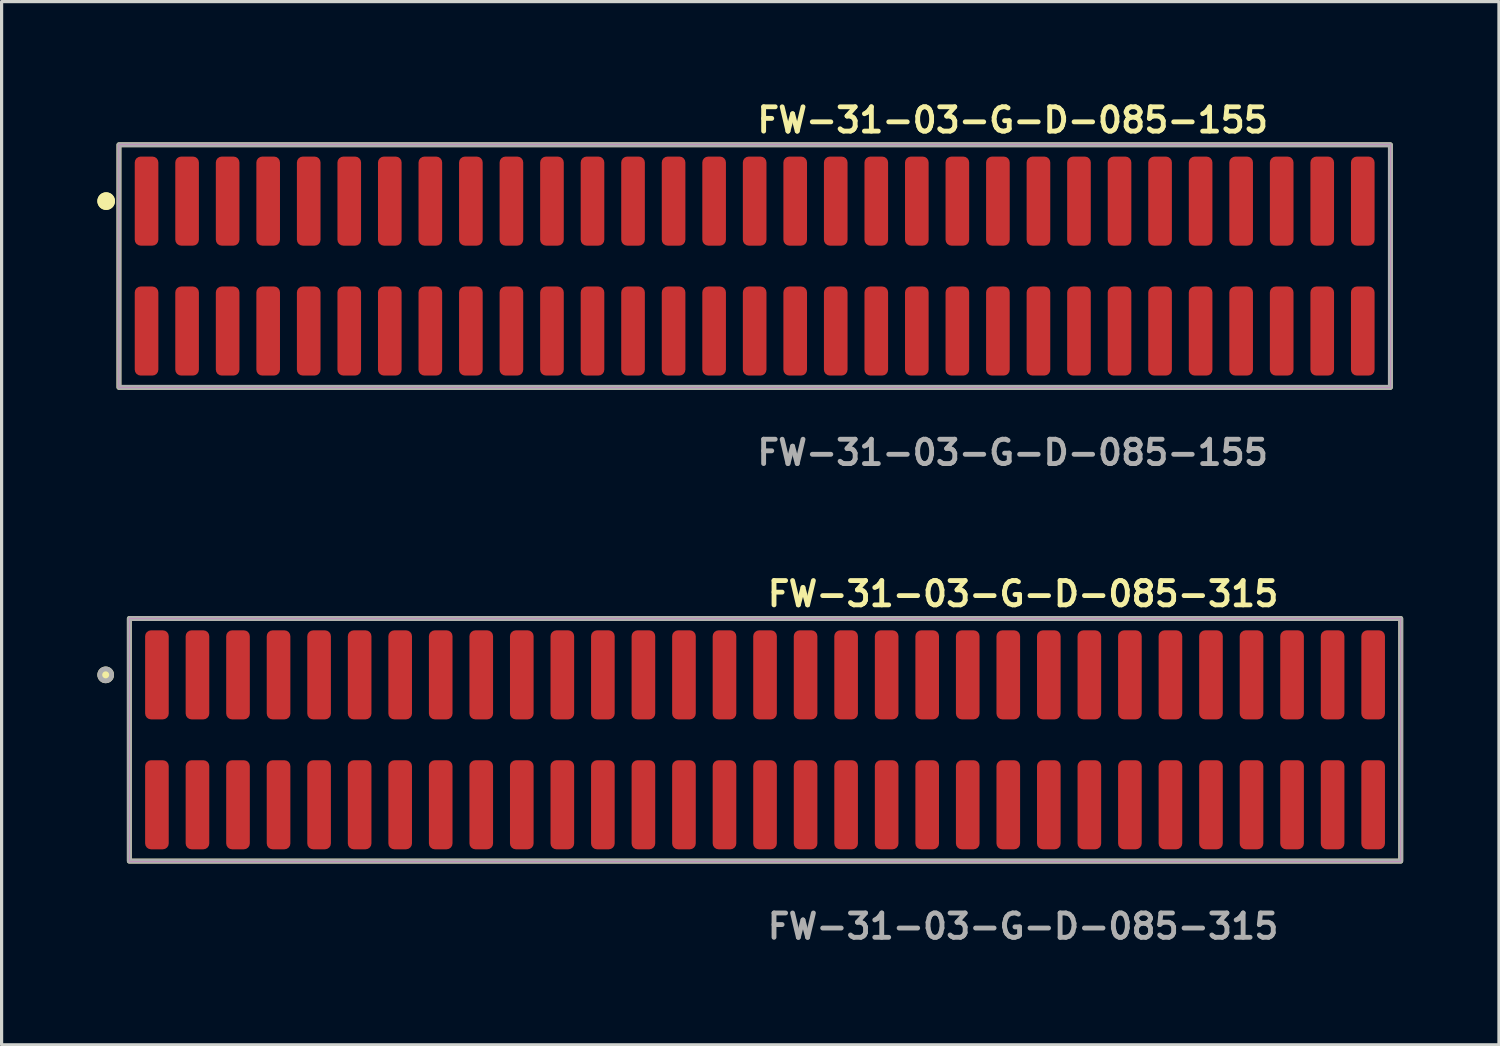
<source format=kicad_pcb>
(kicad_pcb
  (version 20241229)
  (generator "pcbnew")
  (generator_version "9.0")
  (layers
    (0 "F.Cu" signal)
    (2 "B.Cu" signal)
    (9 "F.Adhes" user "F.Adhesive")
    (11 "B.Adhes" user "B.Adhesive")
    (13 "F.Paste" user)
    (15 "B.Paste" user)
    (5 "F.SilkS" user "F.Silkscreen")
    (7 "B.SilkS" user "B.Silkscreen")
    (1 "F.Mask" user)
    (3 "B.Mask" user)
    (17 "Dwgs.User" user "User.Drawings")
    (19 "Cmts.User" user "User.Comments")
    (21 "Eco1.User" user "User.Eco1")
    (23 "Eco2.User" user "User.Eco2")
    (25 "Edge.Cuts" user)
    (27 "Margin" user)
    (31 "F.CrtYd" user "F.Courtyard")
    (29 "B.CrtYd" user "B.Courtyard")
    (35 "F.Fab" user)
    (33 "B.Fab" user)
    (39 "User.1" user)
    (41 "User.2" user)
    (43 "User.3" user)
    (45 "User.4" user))
  (footprint "FW-31-03-G-D-085-315"
    (layer "F.Cu")
    (at 20.916 20.126)
    (property "Reference" "FW-31-03-G-D-085-315" (at 0 -4.572 0) (unlocked yes) (layer "F.SilkS") (effects (font (size 0.762 0.762) (thickness 0.152)) (justify left)))
    (fp_rect (start -19.915 3.8) (end 19.915 -3.8) (stroke (width 0.152) (type solid)) (fill no) (layer "F.SilkS"))
    (fp_circle (center -20.655 -2.035) (end -20.84 -2.035) (stroke (width 0.152) (type solid)) (fill yes) (layer "F.SilkS"))
    (fp_rect (start -19.915 3.8) (end 19.915 -3.8) (stroke (width 0.006) (type solid)) (fill no) (layer "F.CrtYd"))
    (fp_rect (start -19.915 3.8) (end 19.915 -3.8) (stroke (width 0.152) (type solid)) (fill no) (layer "F.Fab"))
    (fp_circle (center -20.655 -2.035) (end -20.84 -2.035) (stroke (width 0.152) (type solid)) (fill no) (layer "F.Fab"))
    (fp_text user "${REFERENCE}" (at 0 5.842 0) (unlocked yes) (layer "F.Fab") (effects (font (size 0.762 0.762) (thickness 0.152)) (justify left)))
    (pad "1" smd roundrect (at -19.05 -2.035) (size 0.74 2.79) (layers "F.Cu" "F.Paste") (roundrect_rratio 0.25))
    (pad "2" smd roundrect (at -19.05 2.035) (size 0.74 2.79) (layers "F.Cu" "F.Paste") (roundrect_rratio 0.25))
    (pad "3" smd roundrect (at -17.78 -2.035) (size 0.74 2.79) (layers "F.Cu" "F.Paste") (roundrect_rratio 0.25))
    (pad "4" smd roundrect (at -17.78 2.035) (size 0.74 2.79) (layers "F.Cu" "F.Paste") (roundrect_rratio 0.25))
    (pad "5" smd roundrect (at -16.51 -2.035) (size 0.74 2.79) (layers "F.Cu" "F.Paste") (roundrect_rratio 0.25))
    (pad "6" smd roundrect (at -16.51 2.035) (size 0.74 2.79) (layers "F.Cu" "F.Paste") (roundrect_rratio 0.25))
    (pad "7" smd roundrect (at -15.24 -2.035) (size 0.74 2.79) (layers "F.Cu" "F.Paste") (roundrect_rratio 0.25))
    (pad "8" smd roundrect (at -15.24 2.035) (size 0.74 2.79) (layers "F.Cu" "F.Paste") (roundrect_rratio 0.25))
    (pad "9" smd roundrect (at -13.97 -2.035) (size 0.74 2.79) (layers "F.Cu" "F.Paste") (roundrect_rratio 0.25))
    (pad "10" smd roundrect (at -13.97 2.035) (size 0.74 2.79) (layers "F.Cu" "F.Paste") (roundrect_rratio 0.25))
    (pad "11" smd roundrect (at -12.7 -2.035) (size 0.74 2.79) (layers "F.Cu" "F.Paste") (roundrect_rratio 0.25))
    (pad "12" smd roundrect (at -12.7 2.035) (size 0.74 2.79) (layers "F.Cu" "F.Paste") (roundrect_rratio 0.25))
    (pad "13" smd roundrect (at -11.43 -2.035) (size 0.74 2.79) (layers "F.Cu" "F.Paste") (roundrect_rratio 0.25))
    (pad "14" smd roundrect (at -11.43 2.035) (size 0.74 2.79) (layers "F.Cu" "F.Paste") (roundrect_rratio 0.25))
    (pad "15" smd roundrect (at -10.16 -2.035) (size 0.74 2.79) (layers "F.Cu" "F.Paste") (roundrect_rratio 0.25))
    (pad "16" smd roundrect (at -10.16 2.035) (size 0.74 2.79) (layers "F.Cu" "F.Paste") (roundrect_rratio 0.25))
    (pad "17" smd roundrect (at -8.89 -2.035) (size 0.74 2.79) (layers "F.Cu" "F.Paste") (roundrect_rratio 0.25))
    (pad "18" smd roundrect (at -8.89 2.035) (size 0.74 2.79) (layers "F.Cu" "F.Paste") (roundrect_rratio 0.25))
    (pad "19" smd roundrect (at -7.62 -2.035) (size 0.74 2.79) (layers "F.Cu" "F.Paste") (roundrect_rratio 0.25))
    (pad "20" smd roundrect (at -7.62 2.035) (size 0.74 2.79) (layers "F.Cu" "F.Paste") (roundrect_rratio 0.25))
    (pad "21" smd roundrect (at -6.35 -2.035) (size 0.74 2.79) (layers "F.Cu" "F.Paste") (roundrect_rratio 0.25))
    (pad "22" smd roundrect (at -6.35 2.035) (size 0.74 2.79) (layers "F.Cu" "F.Paste") (roundrect_rratio 0.25))
    (pad "23" smd roundrect (at -5.08 -2.035) (size 0.74 2.79) (layers "F.Cu" "F.Paste") (roundrect_rratio 0.25))
    (pad "24" smd roundrect (at -5.08 2.035) (size 0.74 2.79) (layers "F.Cu" "F.Paste") (roundrect_rratio 0.25))
    (pad "25" smd roundrect (at -3.81 -2.035) (size 0.74 2.79) (layers "F.Cu" "F.Paste") (roundrect_rratio 0.25))
    (pad "26" smd roundrect (at -3.81 2.035) (size 0.74 2.79) (layers "F.Cu" "F.Paste") (roundrect_rratio 0.25))
    (pad "27" smd roundrect (at -2.54 -2.035) (size 0.74 2.79) (layers "F.Cu" "F.Paste") (roundrect_rratio 0.25))
    (pad "28" smd roundrect (at -2.54 2.035) (size 0.74 2.79) (layers "F.Cu" "F.Paste") (roundrect_rratio 0.25))
    (pad "29" smd roundrect (at -1.27 -2.035) (size 0.74 2.79) (layers "F.Cu" "F.Paste") (roundrect_rratio 0.25))
    (pad "30" smd roundrect (at -1.27 2.035) (size 0.74 2.79) (layers "F.Cu" "F.Paste") (roundrect_rratio 0.25))
    (pad "31" smd roundrect (at 0 -2.035) (size 0.74 2.79) (layers "F.Cu" "F.Paste") (roundrect_rratio 0.25))
    (pad "32" smd roundrect (at 0 2.035) (size 0.74 2.79) (layers "F.Cu" "F.Paste") (roundrect_rratio 0.25))
    (pad "33" smd roundrect (at 1.27 -2.035) (size 0.74 2.79) (layers "F.Cu" "F.Paste") (roundrect_rratio 0.25))
    (pad "34" smd roundrect (at 1.27 2.035) (size 0.74 2.79) (layers "F.Cu" "F.Paste") (roundrect_rratio 0.25))
    (pad "35" smd roundrect (at 2.54 -2.035) (size 0.74 2.79) (layers "F.Cu" "F.Paste") (roundrect_rratio 0.25))
    (pad "36" smd roundrect (at 2.54 2.035) (size 0.74 2.79) (layers "F.Cu" "F.Paste") (roundrect_rratio 0.25))
    (pad "37" smd roundrect (at 3.81 -2.035) (size 0.74 2.79) (layers "F.Cu" "F.Paste") (roundrect_rratio 0.25))
    (pad "38" smd roundrect (at 3.81 2.035) (size 0.74 2.79) (layers "F.Cu" "F.Paste") (roundrect_rratio 0.25))
    (pad "39" smd roundrect (at 5.08 -2.035) (size 0.74 2.79) (layers "F.Cu" "F.Paste") (roundrect_rratio 0.25))
    (pad "40" smd roundrect (at 5.08 2.035) (size 0.74 2.79) (layers "F.Cu" "F.Paste") (roundrect_rratio 0.25))
    (pad "41" smd roundrect (at 6.35 -2.035) (size 0.74 2.79) (layers "F.Cu" "F.Paste") (roundrect_rratio 0.25))
    (pad "42" smd roundrect (at 6.35 2.035) (size 0.74 2.79) (layers "F.Cu" "F.Paste") (roundrect_rratio 0.25))
    (pad "43" smd roundrect (at 7.62 -2.035) (size 0.74 2.79) (layers "F.Cu" "F.Paste") (roundrect_rratio 0.25))
    (pad "44" smd roundrect (at 7.62 2.035) (size 0.74 2.79) (layers "F.Cu" "F.Paste") (roundrect_rratio 0.25))
    (pad "45" smd roundrect (at 8.89 -2.035) (size 0.74 2.79) (layers "F.Cu" "F.Paste") (roundrect_rratio 0.25))
    (pad "46" smd roundrect (at 8.89 2.035) (size 0.74 2.79) (layers "F.Cu" "F.Paste") (roundrect_rratio 0.25))
    (pad "47" smd roundrect (at 10.16 -2.035) (size 0.74 2.79) (layers "F.Cu" "F.Paste") (roundrect_rratio 0.25))
    (pad "48" smd roundrect (at 10.16 2.035) (size 0.74 2.79) (layers "F.Cu" "F.Paste") (roundrect_rratio 0.25))
    (pad "49" smd roundrect (at 11.43 -2.035) (size 0.74 2.79) (layers "F.Cu" "F.Paste") (roundrect_rratio 0.25))
    (pad "50" smd roundrect (at 11.43 2.035) (size 0.74 2.79) (layers "F.Cu" "F.Paste") (roundrect_rratio 0.25))
    (pad "51" smd roundrect (at 12.7 -2.035) (size 0.74 2.79) (layers "F.Cu" "F.Paste") (roundrect_rratio 0.25))
    (pad "52" smd roundrect (at 12.7 2.035) (size 0.74 2.79) (layers "F.Cu" "F.Paste") (roundrect_rratio 0.25))
    (pad "53" smd roundrect (at 13.97 -2.035) (size 0.74 2.79) (layers "F.Cu" "F.Paste") (roundrect_rratio 0.25))
    (pad "54" smd roundrect (at 13.97 2.035) (size 0.74 2.79) (layers "F.Cu" "F.Paste") (roundrect_rratio 0.25))
    (pad "55" smd roundrect (at 15.24 -2.035) (size 0.74 2.79) (layers "F.Cu" "F.Paste") (roundrect_rratio 0.25))
    (pad "56" smd roundrect (at 15.24 2.035) (size 0.74 2.79) (layers "F.Cu" "F.Paste") (roundrect_rratio 0.25))
    (pad "57" smd roundrect (at 16.51 -2.035) (size 0.74 2.79) (layers "F.Cu" "F.Paste") (roundrect_rratio 0.25))
    (pad "58" smd roundrect (at 16.51 2.035) (size 0.74 2.79) (layers "F.Cu" "F.Paste") (roundrect_rratio 0.25))
    (pad "59" smd roundrect (at 17.78 -2.035) (size 0.74 2.79) (layers "F.Cu" "F.Paste") (roundrect_rratio 0.25))
    (pad "60" smd roundrect (at 17.78 2.035) (size 0.74 2.79) (layers "F.Cu" "F.Paste") (roundrect_rratio 0.25))
    (pad "61" smd roundrect (at 19.05 -2.035) (size 0.74 2.79) (layers "F.Cu" "F.Paste") (roundrect_rratio 0.25))
    (pad "62" smd roundrect (at 19.05 2.035) (size 0.74 2.79) (layers "F.Cu" "F.Paste") (roundrect_rratio 0.25)))
  (footprint "FW-31-03-G-D-085-155"
    (layer "F.Cu")
    (at 20.591 5.285)
    (property "Reference" "FW-31-03-G-D-085-155" (at 0 -4.572 0) (unlocked yes) (layer "F.SilkS") (effects (font (size 0.762 0.762) (thickness 0.152)) (justify left)))
    (fp_rect (start -19.915 3.8) (end 19.915 -3.8) (stroke (width 0.152) (type solid)) (fill no) (layer "F.SilkS"))
    (fp_circle (center -20.315 -2.035) (end -20.515 -2.035) (stroke (width 0.152) (type solid)) (fill yes) (layer "F.SilkS"))
    (fp_circle (center -20.315 -2.035) (end -20.515 -2.035) (stroke (width 0.152) (type solid)) (fill yes) (layer "F.SilkS"))
    (fp_rect (start -19.915 3.8) (end 19.915 -3.8) (stroke (width 0.006) (type solid)) (fill no) (layer "F.CrtYd"))
    (fp_rect (start -19.915 3.8) (end 19.915 -3.8) (stroke (width 0.152) (type solid)) (fill no) (layer "F.Fab"))
    (fp_text user "${REFERENCE}" (at 0 5.842 0) (unlocked yes) (layer "F.Fab") (effects (font (size 0.762 0.762) (thickness 0.152)) (justify left)))
    (pad "1" smd roundrect (at -19.05 -2.035) (size 0.74 2.79) (layers "F.Cu" "F.Paste") (roundrect_rratio 0.25))
    (pad "2" smd roundrect (at -19.05 2.035) (size 0.74 2.79) (layers "F.Cu" "F.Paste") (roundrect_rratio 0.25))
    (pad "3" smd roundrect (at -17.78 -2.035) (size 0.74 2.79) (layers "F.Cu" "F.Paste") (roundrect_rratio 0.25))
    (pad "4" smd roundrect (at -17.78 2.035) (size 0.74 2.79) (layers "F.Cu" "F.Paste") (roundrect_rratio 0.25))
    (pad "5" smd roundrect (at -16.51 -2.035) (size 0.74 2.79) (layers "F.Cu" "F.Paste") (roundrect_rratio 0.25))
    (pad "6" smd roundrect (at -16.51 2.035) (size 0.74 2.79) (layers "F.Cu" "F.Paste") (roundrect_rratio 0.25))
    (pad "7" smd roundrect (at -15.24 -2.035) (size 0.74 2.79) (layers "F.Cu" "F.Paste") (roundrect_rratio 0.25))
    (pad "8" smd roundrect (at -15.24 2.035) (size 0.74 2.79) (layers "F.Cu" "F.Paste") (roundrect_rratio 0.25))
    (pad "9" smd roundrect (at -13.97 -2.035) (size 0.74 2.79) (layers "F.Cu" "F.Paste") (roundrect_rratio 0.25))
    (pad "10" smd roundrect (at -13.97 2.035) (size 0.74 2.79) (layers "F.Cu" "F.Paste") (roundrect_rratio 0.25))
    (pad "11" smd roundrect (at -12.7 -2.035) (size 0.74 2.79) (layers "F.Cu" "F.Paste") (roundrect_rratio 0.25))
    (pad "12" smd roundrect (at -12.7 2.035) (size 0.74 2.79) (layers "F.Cu" "F.Paste") (roundrect_rratio 0.25))
    (pad "13" smd roundrect (at -11.43 -2.035) (size 0.74 2.79) (layers "F.Cu" "F.Paste") (roundrect_rratio 0.25))
    (pad "14" smd roundrect (at -11.43 2.035) (size 0.74 2.79) (layers "F.Cu" "F.Paste") (roundrect_rratio 0.25))
    (pad "15" smd roundrect (at -10.16 -2.035) (size 0.74 2.79) (layers "F.Cu" "F.Paste") (roundrect_rratio 0.25))
    (pad "16" smd roundrect (at -10.16 2.035) (size 0.74 2.79) (layers "F.Cu" "F.Paste") (roundrect_rratio 0.25))
    (pad "17" smd roundrect (at -8.89 -2.035) (size 0.74 2.79) (layers "F.Cu" "F.Paste") (roundrect_rratio 0.25))
    (pad "18" smd roundrect (at -8.89 2.035) (size 0.74 2.79) (layers "F.Cu" "F.Paste") (roundrect_rratio 0.25))
    (pad "19" smd roundrect (at -7.62 -2.035) (size 0.74 2.79) (layers "F.Cu" "F.Paste") (roundrect_rratio 0.25))
    (pad "20" smd roundrect (at -7.62 2.035) (size 0.74 2.79) (layers "F.Cu" "F.Paste") (roundrect_rratio 0.25))
    (pad "21" smd roundrect (at -6.35 -2.035) (size 0.74 2.79) (layers "F.Cu" "F.Paste") (roundrect_rratio 0.25))
    (pad "22" smd roundrect (at -6.35 2.035) (size 0.74 2.79) (layers "F.Cu" "F.Paste") (roundrect_rratio 0.25))
    (pad "23" smd roundrect (at -5.08 -2.035) (size 0.74 2.79) (layers "F.Cu" "F.Paste") (roundrect_rratio 0.25))
    (pad "24" smd roundrect (at -5.08 2.035) (size 0.74 2.79) (layers "F.Cu" "F.Paste") (roundrect_rratio 0.25))
    (pad "25" smd roundrect (at -3.81 -2.035) (size 0.74 2.79) (layers "F.Cu" "F.Paste") (roundrect_rratio 0.25))
    (pad "26" smd roundrect (at -3.81 2.035) (size 0.74 2.79) (layers "F.Cu" "F.Paste") (roundrect_rratio 0.25))
    (pad "27" smd roundrect (at -2.54 -2.035) (size 0.74 2.79) (layers "F.Cu" "F.Paste") (roundrect_rratio 0.25))
    (pad "28" smd roundrect (at -2.54 2.035) (size 0.74 2.79) (layers "F.Cu" "F.Paste") (roundrect_rratio 0.25))
    (pad "29" smd roundrect (at -1.27 -2.035) (size 0.74 2.79) (layers "F.Cu" "F.Paste") (roundrect_rratio 0.25))
    (pad "30" smd roundrect (at -1.27 2.035) (size 0.74 2.79) (layers "F.Cu" "F.Paste") (roundrect_rratio 0.25))
    (pad "31" smd roundrect (at 0 -2.035) (size 0.74 2.79) (layers "F.Cu" "F.Paste") (roundrect_rratio 0.25))
    (pad "32" smd roundrect (at 0 2.035) (size 0.74 2.79) (layers "F.Cu" "F.Paste") (roundrect_rratio 0.25))
    (pad "33" smd roundrect (at 1.27 -2.035) (size 0.74 2.79) (layers "F.Cu" "F.Paste") (roundrect_rratio 0.25))
    (pad "34" smd roundrect (at 1.27 2.035) (size 0.74 2.79) (layers "F.Cu" "F.Paste") (roundrect_rratio 0.25))
    (pad "35" smd roundrect (at 2.54 -2.035) (size 0.74 2.79) (layers "F.Cu" "F.Paste") (roundrect_rratio 0.25))
    (pad "36" smd roundrect (at 2.54 2.035) (size 0.74 2.79) (layers "F.Cu" "F.Paste") (roundrect_rratio 0.25))
    (pad "37" smd roundrect (at 3.81 -2.035) (size 0.74 2.79) (layers "F.Cu" "F.Paste") (roundrect_rratio 0.25))
    (pad "38" smd roundrect (at 3.81 2.035) (size 0.74 2.79) (layers "F.Cu" "F.Paste") (roundrect_rratio 0.25))
    (pad "39" smd roundrect (at 5.08 -2.035) (size 0.74 2.79) (layers "F.Cu" "F.Paste") (roundrect_rratio 0.25))
    (pad "40" smd roundrect (at 5.08 2.035) (size 0.74 2.79) (layers "F.Cu" "F.Paste") (roundrect_rratio 0.25))
    (pad "41" smd roundrect (at 6.35 -2.035) (size 0.74 2.79) (layers "F.Cu" "F.Paste") (roundrect_rratio 0.25))
    (pad "42" smd roundrect (at 6.35 2.035) (size 0.74 2.79) (layers "F.Cu" "F.Paste") (roundrect_rratio 0.25))
    (pad "43" smd roundrect (at 7.62 -2.035) (size 0.74 2.79) (layers "F.Cu" "F.Paste") (roundrect_rratio 0.25))
    (pad "44" smd roundrect (at 7.62 2.035) (size 0.74 2.79) (layers "F.Cu" "F.Paste") (roundrect_rratio 0.25))
    (pad "45" smd roundrect (at 8.89 -2.035) (size 0.74 2.79) (layers "F.Cu" "F.Paste") (roundrect_rratio 0.25))
    (pad "46" smd roundrect (at 8.89 2.035) (size 0.74 2.79) (layers "F.Cu" "F.Paste") (roundrect_rratio 0.25))
    (pad "47" smd roundrect (at 10.16 -2.035) (size 0.74 2.79) (layers "F.Cu" "F.Paste") (roundrect_rratio 0.25))
    (pad "48" smd roundrect (at 10.16 2.035) (size 0.74 2.79) (layers "F.Cu" "F.Paste") (roundrect_rratio 0.25))
    (pad "49" smd roundrect (at 11.43 -2.035) (size 0.74 2.79) (layers "F.Cu" "F.Paste") (roundrect_rratio 0.25))
    (pad "50" smd roundrect (at 11.43 2.035) (size 0.74 2.79) (layers "F.Cu" "F.Paste") (roundrect_rratio 0.25))
    (pad "51" smd roundrect (at 12.7 -2.035) (size 0.74 2.79) (layers "F.Cu" "F.Paste") (roundrect_rratio 0.25))
    (pad "52" smd roundrect (at 12.7 2.035) (size 0.74 2.79) (layers "F.Cu" "F.Paste") (roundrect_rratio 0.25))
    (pad "53" smd roundrect (at 13.97 -2.035) (size 0.74 2.79) (layers "F.Cu" "F.Paste") (roundrect_rratio 0.25))
    (pad "54" smd roundrect (at 13.97 2.035) (size 0.74 2.79) (layers "F.Cu" "F.Paste") (roundrect_rratio 0.25))
    (pad "55" smd roundrect (at 15.24 -2.035) (size 0.74 2.79) (layers "F.Cu" "F.Paste") (roundrect_rratio 0.25))
    (pad "56" smd roundrect (at 15.24 2.035) (size 0.74 2.79) (layers "F.Cu" "F.Paste") (roundrect_rratio 0.25))
    (pad "57" smd roundrect (at 16.51 -2.035) (size 0.74 2.79) (layers "F.Cu" "F.Paste") (roundrect_rratio 0.25))
    (pad "58" smd roundrect (at 16.51 2.035) (size 0.74 2.79) (layers "F.Cu" "F.Paste") (roundrect_rratio 0.25))
    (pad "59" smd roundrect (at 17.78 -2.035) (size 0.74 2.79) (layers "F.Cu" "F.Paste") (roundrect_rratio 0.25))
    (pad "60" smd roundrect (at 17.78 2.035) (size 0.74 2.79) (layers "F.Cu" "F.Paste") (roundrect_rratio 0.25))
    (pad "61" smd roundrect (at 19.05 -2.035) (size 0.74 2.79) (layers "F.Cu" "F.Paste") (roundrect_rratio 0.25))
    (pad "62" smd roundrect (at 19.05 2.035) (size 0.74 2.79) (layers "F.Cu" "F.Paste") (roundrect_rratio 0.25)))
  (gr_rect
    (start -3 -3)
    (end 43.907 29.681)
    (stroke (width 0.1) (type default))
    (fill no)
    (layer "Edge.Cuts")))
</source>
